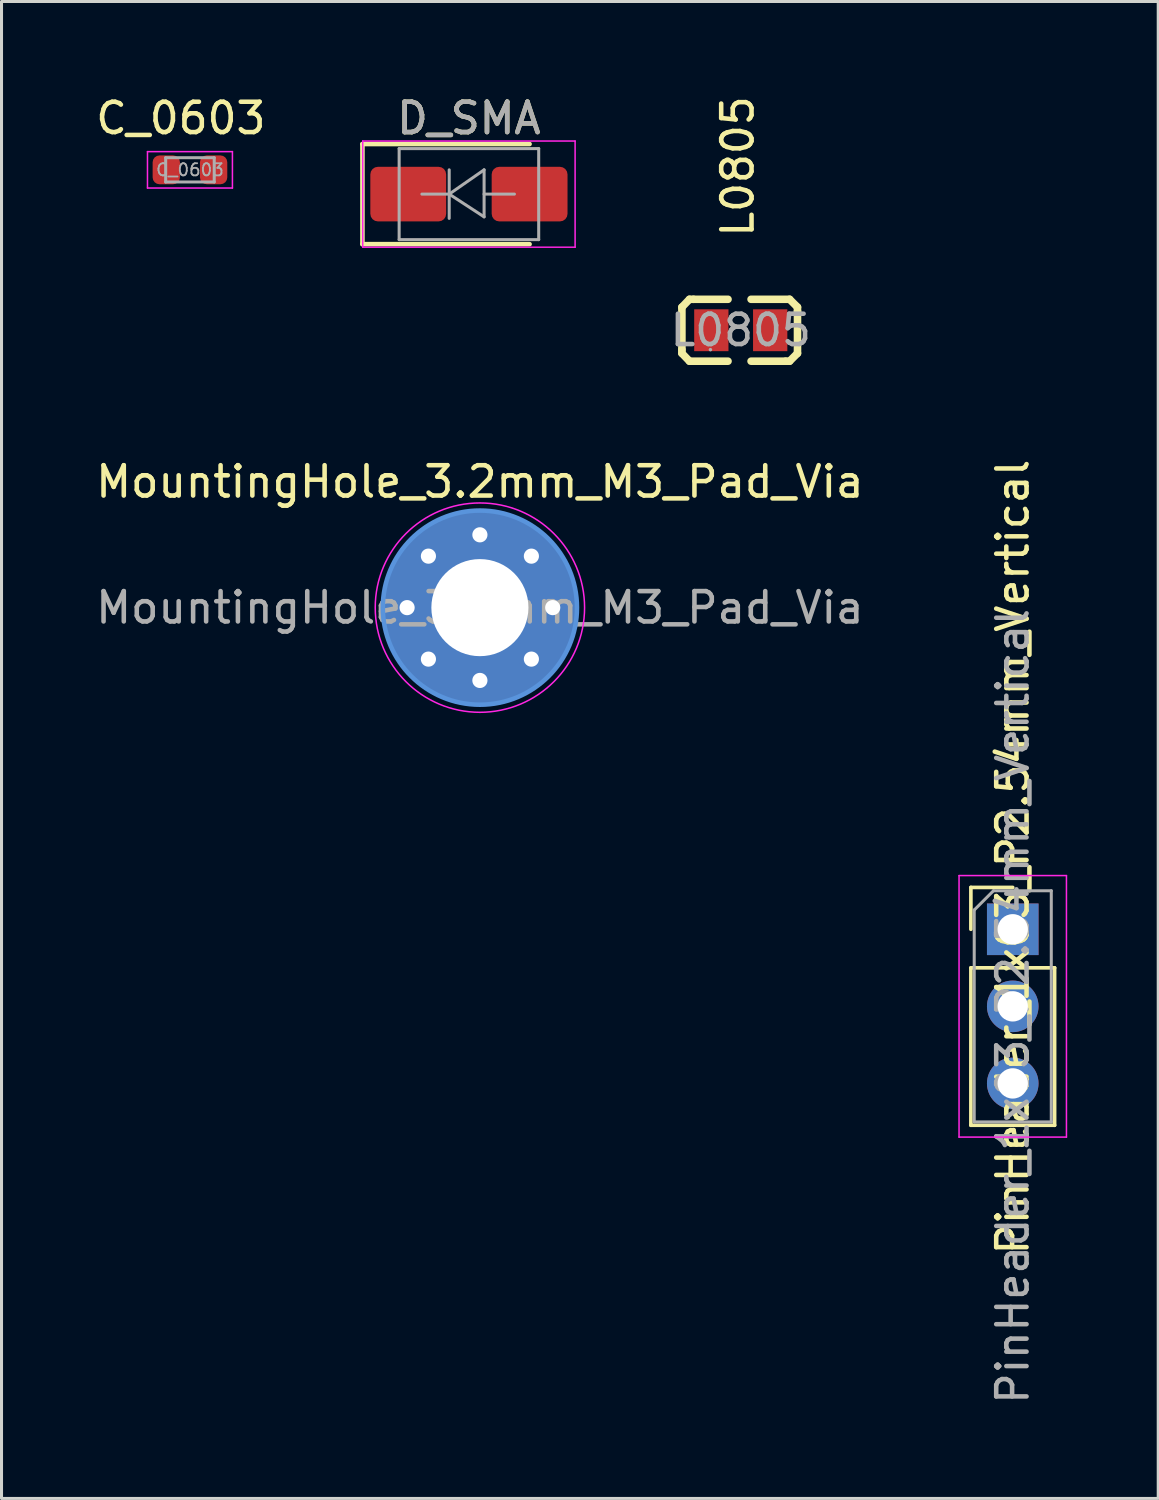
<source format=kicad_pcb>
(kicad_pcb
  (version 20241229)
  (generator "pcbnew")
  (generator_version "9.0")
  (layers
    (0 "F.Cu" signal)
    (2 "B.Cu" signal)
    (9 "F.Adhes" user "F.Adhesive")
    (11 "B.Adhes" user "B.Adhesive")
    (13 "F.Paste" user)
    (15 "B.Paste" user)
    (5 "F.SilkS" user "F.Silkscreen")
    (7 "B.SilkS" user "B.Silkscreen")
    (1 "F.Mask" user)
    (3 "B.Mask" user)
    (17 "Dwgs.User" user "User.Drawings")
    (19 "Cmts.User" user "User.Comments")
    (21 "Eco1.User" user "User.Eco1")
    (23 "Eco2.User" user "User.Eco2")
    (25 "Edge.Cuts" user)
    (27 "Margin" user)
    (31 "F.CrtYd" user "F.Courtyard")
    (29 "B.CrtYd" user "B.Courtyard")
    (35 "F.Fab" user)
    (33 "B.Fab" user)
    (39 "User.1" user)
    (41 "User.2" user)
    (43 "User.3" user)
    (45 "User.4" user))
  (footprint "L0805"
    (layer "F.Cu")
    (at 21.366 7.835)
    (property "Reference" "L0805" (at -0.1 -5.4 90) (layer "F.SilkS") (effects (font (size 1 1) (thickness 0.15))))
    (attr through_hole)
    (fp_line (start -1.94 -0.76) (end -1.94 0.64) (stroke (width 0.25) (type solid)) (layer "F.SilkS"))
    (fp_line (start -1.94 0.64) (end -1.94 0.76) (stroke (width 0.25) (type solid)) (layer "F.SilkS"))
    (fp_line (start -1.94 0.76) (end -1.69 1.02) (stroke (width 0.25) (type solid)) (layer "F.SilkS"))
    (fp_line (start -1.69 -1.02) (end -1.94 -0.76) (stroke (width 0.25) (type solid)) (layer "F.SilkS"))
    (fp_line (start -1.69 1.02) (end -0.42 1.02) (stroke (width 0.25) (type solid)) (layer "F.SilkS"))
    (fp_line (start -1.56 -1.02) (end -1.69 -1.02) (stroke (width 0.25) (type solid)) (layer "F.SilkS"))
    (fp_line (start -0.42 -1.02) (end -1.56 -1.02) (stroke (width 0.25) (type solid)) (layer "F.SilkS"))
    (fp_line (start 0.34 1.02) (end 1.48 1.02) (stroke (width 0.25) (type solid)) (layer "F.SilkS"))
    (fp_line (start 1.48 1.02) (end 1.61 1.02) (stroke (width 0.25) (type solid)) (layer "F.SilkS"))
    (fp_line (start 1.61 -1.02) (end 0.34 -1.02) (stroke (width 0.25) (type solid)) (layer "F.SilkS"))
    (fp_line (start 1.61 1.02) (end 1.87 0.76) (stroke (width 0.25) (type solid)) (layer "F.SilkS"))
    (fp_line (start 1.87 -0.76) (end 1.61 -1.02) (stroke (width 0.25) (type solid)) (layer "F.SilkS"))
    (fp_line (start 1.87 -0.63) (end 1.87 -0.76) (stroke (width 0.25) (type solid)) (layer "F.SilkS"))
    (fp_line (start 1.87 0.76) (end 1.87 -0.63) (stroke (width 0.25) (type solid)) (layer "F.SilkS"))
    (fp_circle (center -1 0.64) (end -0.97 0.64) (stroke (width 0.06) (type solid)) (fill no) (layer "F.Fab"))
    (fp_text user "${REFERENCE}" (at 0 0 180) (layer "F.Fab") (effects (font (size 1 1) (thickness 0.15))))
    (pad "1" smd rect (at -0.97 0) (size 1.13 1.38) (layers "F.Cu" "F.Mask" "F.Paste"))
    (pad "2" smd rect (at 0.97 0) (size 1.13 1.38) (layers "F.Cu" "F.Mask" "F.Paste")))
  (footprint "PinHeader_1x03_P2.54mm_Vertical"
    (layer "F.Cu")
    (at 30.331 27.58)
    (property "Reference" "PinHeader_1x03_P2.54mm_Vertical" (at 0 -2.38 90) (layer "F.SilkS") (effects (font (size 1 1) (thickness 0.15))))
    (attr through_hole)
    (fp_line (start -1.38 -1.38) (end 0 -1.38) (stroke (width 0.12) (type solid)) (layer "F.SilkS"))
    (fp_line (start -1.38 0) (end -1.38 -1.38) (stroke (width 0.12) (type solid)) (layer "F.SilkS"))
    (fp_line (start -1.38 1.27) (end -1.38 6.46) (stroke (width 0.12) (type solid)) (layer "F.SilkS"))
    (fp_line (start -1.38 1.27) (end 1.38 1.27) (stroke (width 0.12) (type solid)) (layer "F.SilkS"))
    (fp_line (start -1.38 6.46) (end 1.38 6.46) (stroke (width 0.12) (type solid)) (layer "F.SilkS"))
    (fp_line (start 1.38 1.27) (end 1.38 6.46) (stroke (width 0.12) (type solid)) (layer "F.SilkS"))
    (fp_line (start -1.77 -1.77) (end -1.77 6.85) (stroke (width 0.05) (type solid)) (layer "F.CrtYd"))
    (fp_line (start -1.77 6.85) (end 1.77 6.85) (stroke (width 0.05) (type solid)) (layer "F.CrtYd"))
    (fp_line (start 1.77 -1.77) (end -1.77 -1.77) (stroke (width 0.05) (type solid)) (layer "F.CrtYd"))
    (fp_line (start 1.77 6.85) (end 1.77 -1.77) (stroke (width 0.05) (type solid)) (layer "F.CrtYd"))
    (fp_line (start -1.27 -0.635) (end -0.635 -1.27) (stroke (width 0.1) (type solid)) (layer "F.Fab"))
    (fp_line (start -1.27 6.35) (end -1.27 -0.635) (stroke (width 0.1) (type solid)) (layer "F.Fab"))
    (fp_line (start -0.635 -1.27) (end 1.27 -1.27) (stroke (width 0.1) (type solid)) (layer "F.Fab"))
    (fp_line (start 1.27 -1.27) (end 1.27 6.35) (stroke (width 0.1) (type solid)) (layer "F.Fab"))
    (fp_line (start 1.27 6.35) (end -1.27 6.35) (stroke (width 0.1) (type solid)) (layer "F.Fab"))
    (fp_text user "${REFERENCE}" (at 0 2.54 90) (layer "F.Fab") (effects (font (size 1 1) (thickness 0.15))))
    (pad "1" thru_hole rect (at 0 0) (size 1.7 1.7) (drill 1) (layers "*.Cu" "*.Mask"))
    (pad "2" thru_hole circle (at 0 2.54) (size 1.7 1.7) (drill 1) (layers "*.Cu" "*.Mask"))
    (pad "3" thru_hole circle (at 0 5.08) (size 1.7 1.7) (drill 1) (layers "*.Cu" "*.Mask")))
  (footprint "C_0603"
    (layer "F.Cu")
    (at 3.211 2.548)
    (property "Reference" "C_0603" (at -0.3 -1.7 180) (layer "F.SilkS") (effects (font (size 1 1) (thickness 0.15))))
    (attr smd)
    (fp_line (start -1.4 -0.6) (end 1.4 -0.6) (stroke (width 0.05) (type default)) (layer "F.CrtYd"))
    (fp_line (start -1.4 0.6) (end -1.4 -0.6) (stroke (width 0.05) (type default)) (layer "F.CrtYd"))
    (fp_line (start 1.4 -0.6) (end 1.4 0.6) (stroke (width 0.05) (type default)) (layer "F.CrtYd"))
    (fp_line (start 1.4 0.6) (end -1.4 0.6) (stroke (width 0.05) (type default)) (layer "F.CrtYd"))
    (fp_line (start -0.8 -0.4) (end 0.8 -0.4) (stroke (width 0.1) (type solid)) (layer "F.Fab"))
    (fp_line (start -0.8 0.4) (end -0.8 -0.4) (stroke (width 0.1) (type solid)) (layer "F.Fab"))
    (fp_line (start 0.8 -0.4) (end 0.8 0.4) (stroke (width 0.1) (type solid)) (layer "F.Fab"))
    (fp_line (start 0.8 0.4) (end -0.8 0.4) (stroke (width 0.1) (type solid)) (layer "F.Fab"))
    (fp_text user "${REFERENCE}" (at 0 0 180) (layer "F.Fab") (effects (font (size 0.4 0.4) (thickness 0.06))))
    (pad "1" smd roundrect (at -0.78 0) (size 0.9 0.95) (layers "F.Cu" "F.Mask" "F.Paste") (roundrect_rratio 0.25))
    (pad "2" smd roundrect (at 0.78 0) (size 0.9 0.95) (layers "F.Cu" "F.Mask" "F.Paste") (roundrect_rratio 0.25)))
  (footprint "MountingHole_3.2mm_M3_Pad_Via"
    (layer "F.Cu")
    (at 12.768 16.978)
    (property "Reference" "MountingHole_3.2mm_M3_Pad_Via" (at 0 -4.15 0) (layer "F.SilkS") (effects (font (size 1 1) (thickness 0.15))))
    (attr exclude_from_pos_files exclude_from_bom)
    (fp_circle (center 0 0) (end 3.2 0) (stroke (width 0.15) (type solid)) (fill no) (layer "Cmts.User"))
    (fp_circle (center 0 0) (end 3.45 0) (stroke (width 0.05) (type solid)) (fill no) (layer "F.CrtYd"))
    (fp_text user "${REFERENCE}" (at 0 0 0) (layer "F.Fab") (effects (font (size 1 1) (thickness 0.15))))
    (pad "1" thru_hole circle (at -2.4 0) (size 0.8 0.8) (drill 0.5) (layers "*.Cu" "*.Mask"))
    (pad "1" thru_hole circle (at -1.697 -1.697) (size 0.8 0.8) (drill 0.5) (layers "*.Cu" "*.Mask"))
    (pad "1" thru_hole circle (at -1.697 1.697) (size 0.8 0.8) (drill 0.5) (layers "*.Cu" "*.Mask"))
    (pad "1" thru_hole circle (at 0 -2.4) (size 0.8 0.8) (drill 0.5) (layers "*.Cu" "*.Mask"))
    (pad "1" thru_hole circle (at 0 0) (size 6.4 6.4) (drill 3.2) (layers "*.Cu" "*.Mask"))
    (pad "1" thru_hole circle (at 0 2.4) (size 0.8 0.8) (drill 0.5) (layers "*.Cu" "*.Mask"))
    (pad "1" thru_hole circle (at 1.697 -1.697) (size 0.8 0.8) (drill 0.5) (layers "*.Cu" "*.Mask"))
    (pad "1" thru_hole circle (at 1.697 1.697) (size 0.8 0.8) (drill 0.5) (layers "*.Cu" "*.Mask"))
    (pad "1" thru_hole circle (at 2.4 0) (size 0.8 0.8) (drill 0.5) (layers "*.Cu" "*.Mask")))
  (footprint "D_SMA"
    (layer "F.Cu")
    (at 12.406 3.348)
    (property "Reference" "D_SMA" (at 0 -2.5 0) (layer "F.SilkS") (effects (font (size 1 1) (thickness 0.15))))
    (attr smd)
    (fp_line (start -3.51 -1.65) (end -3.51 1.65) (stroke (width 0.15) (type solid)) (layer "F.SilkS"))
    (fp_line (start -3.51 -1.65) (end 2 -1.65) (stroke (width 0.15) (type solid)) (layer "F.SilkS"))
    (fp_line (start -3.51 1.65) (end 2 1.65) (stroke (width 0.15) (type solid)) (layer "F.SilkS"))
    (fp_line (start -3.5 -1.75) (end 3.5 -1.75) (stroke (width 0.05) (type solid)) (layer "F.CrtYd"))
    (fp_line (start -3.5 1.75) (end -3.5 -1.75) (stroke (width 0.05) (type solid)) (layer "F.CrtYd"))
    (fp_line (start 3.5 -1.75) (end 3.5 1.75) (stroke (width 0.05) (type solid)) (layer "F.CrtYd"))
    (fp_line (start 3.5 1.75) (end -3.5 1.75) (stroke (width 0.05) (type solid)) (layer "F.CrtYd"))
    (fp_line (start -2.3 1.5) (end -2.3 -1.5) (stroke (width 0.1) (type solid)) (layer "F.Fab"))
    (fp_line (start -0.65 -0.8) (end -0.65 0.8) (stroke (width 0.1) (type solid)) (layer "F.Fab"))
    (fp_line (start -0.65 0) (end -1.55 0) (stroke (width 0.1) (type solid)) (layer "F.Fab"))
    (fp_line (start -0.65 0) (end 0.5 -0.8) (stroke (width 0.1) (type solid)) (layer "F.Fab"))
    (fp_line (start -0.65 0) (end 0.5 0.75) (stroke (width 0.1) (type solid)) (layer "F.Fab"))
    (fp_line (start 0.5 0) (end 1.5 0) (stroke (width 0.1) (type solid)) (layer "F.Fab"))
    (fp_line (start 0.5 0.75) (end 0.5 -0.8) (stroke (width 0.1) (type solid)) (layer "F.Fab"))
    (fp_line (start 2.3 -1.5) (end -2.3 -1.5) (stroke (width 0.1) (type solid)) (layer "F.Fab"))
    (fp_line (start 2.3 -1.5) (end 2.3 1.5) (stroke (width 0.1) (type solid)) (layer "F.Fab"))
    (fp_line (start 2.3 1.5) (end -2.3 1.5) (stroke (width 0.1) (type solid)) (layer "F.Fab"))
    (fp_text user "${REFERENCE}" (at 0 -2.5 0) (layer "F.Fab") (effects (font (size 1 1) (thickness 0.15))))
    (pad "1" smd roundrect (at -2 0) (size 2.5 1.8) (layers "F.Cu" "F.Mask" "F.Paste") (roundrect_rratio 0.139))
    (pad "2" smd roundrect (at 2 0) (size 2.5 1.8) (layers "F.Cu" "F.Mask" "F.Paste") (roundrect_rratio 0.139)))
  (gr_rect
    (start -3 -3)
    (end 35.126 46.34)
    (stroke (width 0.1) (type default))
    (fill no)
    (layer "Edge.Cuts")))
</source>
